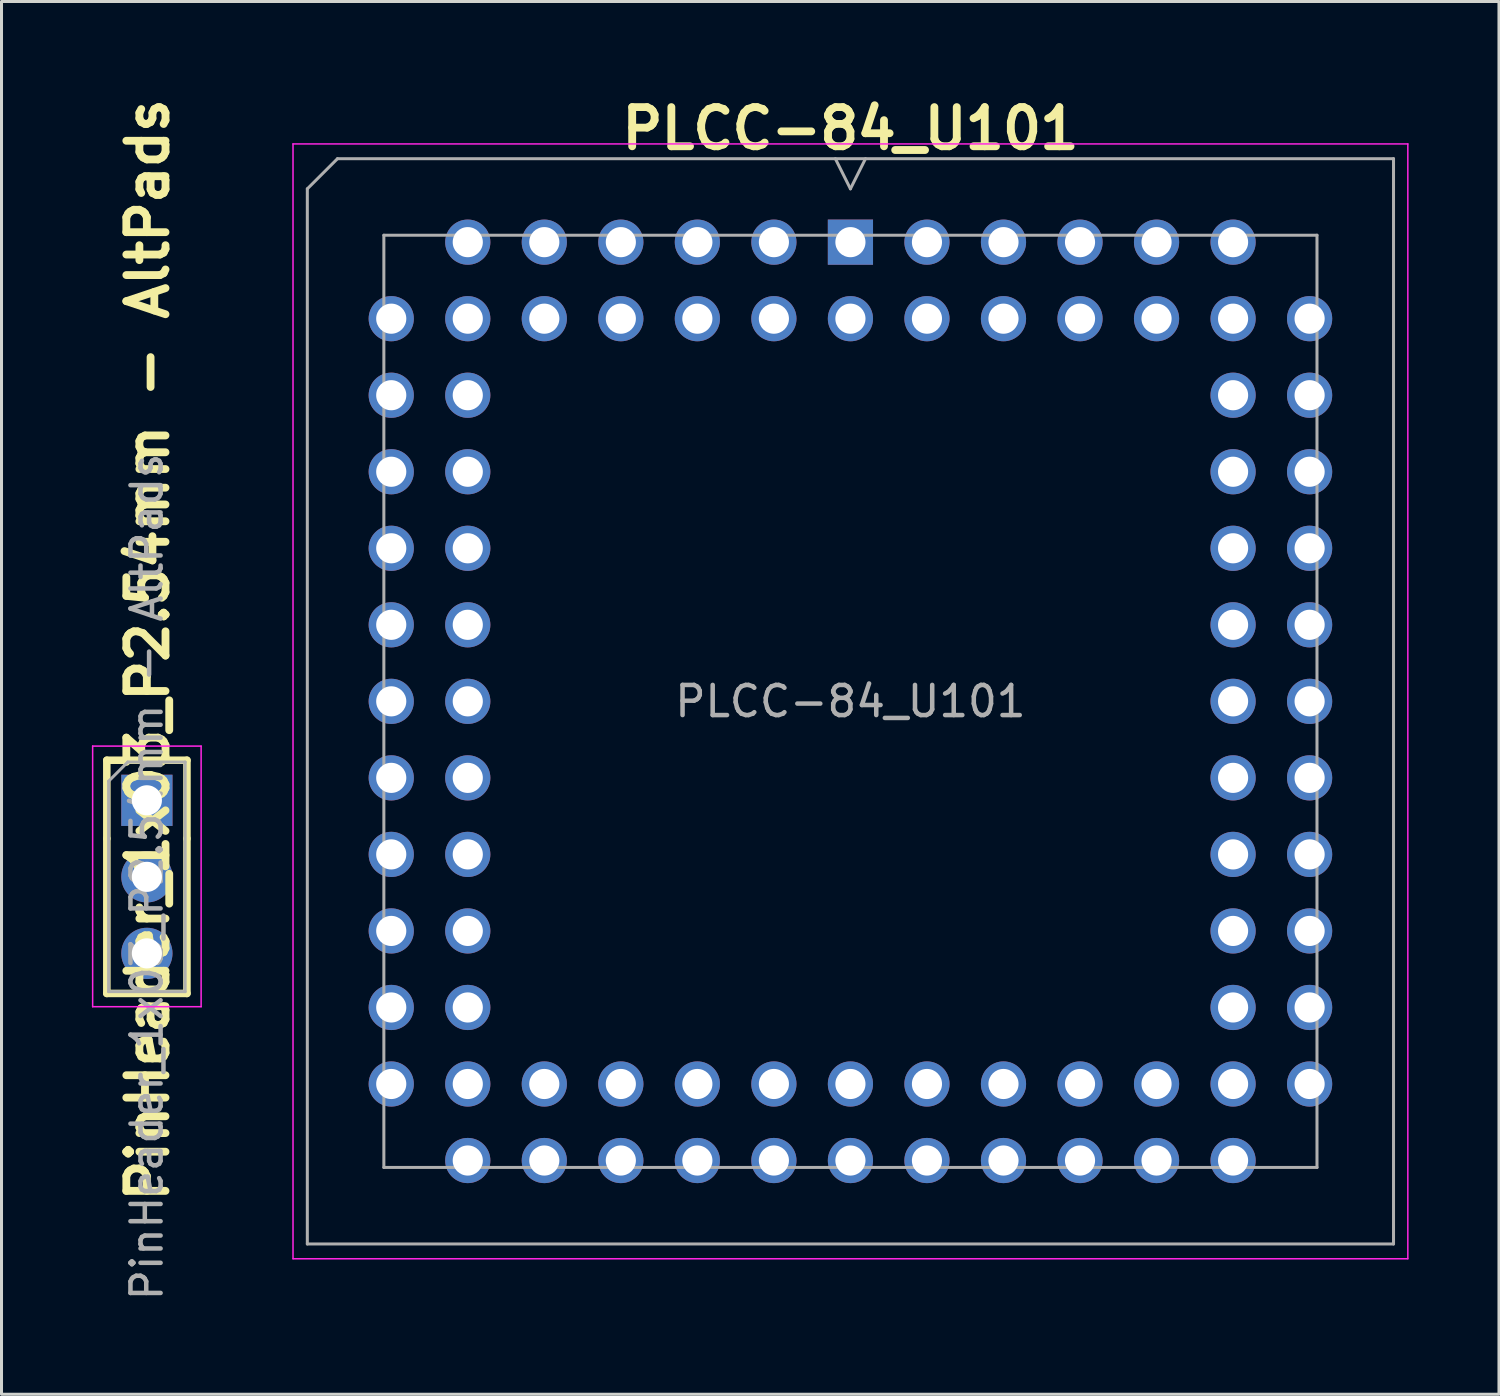
<source format=kicad_pcb>
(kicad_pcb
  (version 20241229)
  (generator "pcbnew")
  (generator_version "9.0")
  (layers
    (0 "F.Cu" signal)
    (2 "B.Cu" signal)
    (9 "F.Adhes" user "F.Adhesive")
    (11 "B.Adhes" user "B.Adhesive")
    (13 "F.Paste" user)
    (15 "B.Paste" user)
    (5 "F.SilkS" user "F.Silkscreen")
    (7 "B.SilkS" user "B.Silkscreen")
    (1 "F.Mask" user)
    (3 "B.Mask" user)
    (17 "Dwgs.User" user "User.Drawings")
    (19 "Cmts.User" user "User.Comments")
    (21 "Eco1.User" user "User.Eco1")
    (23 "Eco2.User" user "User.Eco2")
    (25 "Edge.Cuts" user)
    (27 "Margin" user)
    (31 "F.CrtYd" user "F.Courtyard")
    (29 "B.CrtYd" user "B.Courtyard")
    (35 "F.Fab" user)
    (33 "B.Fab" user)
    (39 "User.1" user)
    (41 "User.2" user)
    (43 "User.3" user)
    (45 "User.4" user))
  (footprint "PinHeader_1x03_P2.54mm - AltPads"
    (layer "F.Cu")
    (at 1.825 23.512)
    (property "Reference" "PinHeader_1x03_P2.54mm - AltPads" (at 0.03 -4.99 90) (layer "F.SilkS") (effects (font (size 1.3 1.3) (thickness 0.26) (bold yes))))
    (attr through_hole)
    (fp_line (start -1.33 -1.33) (end -1.33 1.27) (stroke (width 0.25) (type solid)) (layer "F.SilkS"))
    (fp_line (start -1.33 -1.33) (end 1.33 -1.33) (stroke (width 0.25) (type solid)) (layer "F.SilkS"))
    (fp_line (start -1.33 1.27) (end -1.33 6.41) (stroke (width 0.25) (type solid)) (layer "F.SilkS"))
    (fp_line (start -1.33 6.41) (end 1.33 6.41) (stroke (width 0.25) (type solid)) (layer "F.SilkS"))
    (fp_line (start 1.33 1.27) (end 1.33 -1.33) (stroke (width 0.25) (type solid)) (layer "F.SilkS"))
    (fp_line (start 1.33 1.27) (end 1.33 6.41) (stroke (width 0.25) (type solid)) (layer "F.SilkS"))
    (fp_line (start -1.8 -1.8) (end -1.8 6.85) (stroke (width 0.05) (type solid)) (layer "F.CrtYd"))
    (fp_line (start -1.8 6.85) (end 1.8 6.85) (stroke (width 0.05) (type solid)) (layer "F.CrtYd"))
    (fp_line (start 1.8 -1.8) (end -1.8 -1.8) (stroke (width 0.05) (type solid)) (layer "F.CrtYd"))
    (fp_line (start 1.8 6.85) (end 1.8 -1.8) (stroke (width 0.05) (type solid)) (layer "F.CrtYd"))
    (fp_line (start -1.27 -0.635) (end -0.635 -1.27) (stroke (width 0.1) (type solid)) (layer "F.Fab"))
    (fp_line (start -1.27 6.35) (end -1.27 -0.635) (stroke (width 0.1) (type solid)) (layer "F.Fab"))
    (fp_line (start -0.635 -1.27) (end 1.27 -1.27) (stroke (width 0.1) (type solid)) (layer "F.Fab"))
    (fp_line (start 1.27 -1.27) (end 1.27 6.35) (stroke (width 0.1) (type solid)) (layer "F.Fab"))
    (fp_line (start 1.27 6.35) (end -1.27 6.35) (stroke (width 0.1) (type solid)) (layer "F.Fab"))
    (fp_text user "${REFERENCE}" (at 0 2.54 90) (layer "F.Fab") (effects (font (size 1 1) (thickness 0.15))))
    (pad "1" thru_hole rect (at 0 0) (size 1.7 1.7) (drill 1) (layers "*.Cu" "*.Mask"))
    (pad "2" thru_hole oval (at 0 2.54) (size 1.7 1.7) (drill 1) (layers "*.Cu" "*.Mask"))
    (pad "3" thru_hole oval (at 0 5.08) (size 1.7 1.7) (drill 1) (layers "*.Cu" "*.Mask")))
  (footprint "PLCC-84_U101"
    (layer "F.Cu")
    (at 25.175 4.987)
    (property "Reference" "PLCC-84_U101" (at 0 -3.77 180) (layer "F.SilkS") (effects (font (size 1.3 1.3) (thickness 0.26) (bold yes))))
    (attr through_hole)
    (fp_line (start -18.5 -3.26) (end -18.5 33.74) (stroke (width 0.05) (type solid)) (layer "F.CrtYd"))
    (fp_line (start -18.5 33.74) (end 18.5 33.74) (stroke (width 0.05) (type solid)) (layer "F.CrtYd"))
    (fp_line (start 18.5 -3.26) (end -18.5 -3.26) (stroke (width 0.05) (type solid)) (layer "F.CrtYd"))
    (fp_line (start 18.5 33.74) (end 18.5 -3.26) (stroke (width 0.05) (type solid)) (layer "F.CrtYd"))
    (fp_line (start -18.025 -1.77) (end -18.025 33.25) (stroke (width 0.1) (type solid)) (layer "F.Fab"))
    (fp_line (start -18.025 33.25) (end 18.025 33.25) (stroke (width 0.1) (type solid)) (layer "F.Fab"))
    (fp_line (start -17.025 -2.77) (end -18.025 -1.77) (stroke (width 0.1) (type solid)) (layer "F.Fab"))
    (fp_line (start -15.485 -0.23) (end -15.485 30.71) (stroke (width 0.1) (type solid)) (layer "F.Fab"))
    (fp_line (start -15.485 30.71) (end 15.485 30.71) (stroke (width 0.1) (type solid)) (layer "F.Fab"))
    (fp_line (start -0.5 -2.77) (end 0 -1.77) (stroke (width 0.1) (type solid)) (layer "F.Fab"))
    (fp_line (start 0 -1.77) (end 0.5 -2.77) (stroke (width 0.1) (type solid)) (layer "F.Fab"))
    (fp_line (start 15.485 -0.23) (end -15.485 -0.23) (stroke (width 0.1) (type solid)) (layer "F.Fab"))
    (fp_line (start 15.485 30.71) (end 15.485 -0.23) (stroke (width 0.1) (type solid)) (layer "F.Fab"))
    (fp_line (start 18.025 -2.77) (end -17.025 -2.77) (stroke (width 0.1) (type solid)) (layer "F.Fab"))
    (fp_line (start 18.025 33.25) (end 18.025 -2.77) (stroke (width 0.1) (type solid)) (layer "F.Fab"))
    (fp_text user "${REFERENCE}" (at 0 15.24 180) (layer "F.Fab") (effects (font (size 1 1) (thickness 0.15))))
    (pad "1" thru_hole rect (at 0 0) (size 1.5 1.5) (drill 1) (layers "*.Cu" "*.Mask"))
    (pad "2" thru_hole circle (at 0 2.54) (size 1.5 1.5) (drill 1) (layers "*.Cu" "*.Mask"))
    (pad "3" thru_hole circle (at -2.54 0) (size 1.5 1.5) (drill 1) (layers "*.Cu" "*.Mask"))
    (pad "4" thru_hole circle (at -2.54 2.54) (size 1.5 1.5) (drill 1) (layers "*.Cu" "*.Mask"))
    (pad "5" thru_hole circle (at -5.08 0) (size 1.5 1.5) (drill 1) (layers "*.Cu" "*.Mask"))
    (pad "6" thru_hole circle (at -5.08 2.54) (size 1.5 1.5) (drill 1) (layers "*.Cu" "*.Mask"))
    (pad "7" thru_hole circle (at -7.62 0) (size 1.5 1.5) (drill 1) (layers "*.Cu" "*.Mask"))
    (pad "8" thru_hole circle (at -7.62 2.54) (size 1.5 1.5) (drill 1) (layers "*.Cu" "*.Mask"))
    (pad "9" thru_hole circle (at -10.16 0) (size 1.5 1.5) (drill 1) (layers "*.Cu" "*.Mask"))
    (pad "10" thru_hole circle (at -10.16 2.54) (size 1.5 1.5) (drill 1) (layers "*.Cu" "*.Mask"))
    (pad "11" thru_hole circle (at -12.7 0) (size 1.5 1.5) (drill 1) (layers "*.Cu" "*.Mask"))
    (pad "12" thru_hole circle (at -15.24 2.54) (size 1.5 1.5) (drill 1) (layers "*.Cu" "*.Mask"))
    (pad "13" thru_hole circle (at -12.7 2.54) (size 1.5 1.5) (drill 1) (layers "*.Cu" "*.Mask"))
    (pad "14" thru_hole circle (at -15.24 5.08) (size 1.5 1.5) (drill 1) (layers "*.Cu" "*.Mask"))
    (pad "15" thru_hole circle (at -12.7 5.08) (size 1.5 1.5) (drill 1) (layers "*.Cu" "*.Mask"))
    (pad "16" thru_hole circle (at -15.24 7.62) (size 1.5 1.5) (drill 1) (layers "*.Cu" "*.Mask"))
    (pad "17" thru_hole circle (at -12.7 7.62) (size 1.5 1.5) (drill 1) (layers "*.Cu" "*.Mask"))
    (pad "18" thru_hole circle (at -15.24 10.16) (size 1.5 1.5) (drill 1) (layers "*.Cu" "*.Mask"))
    (pad "19" thru_hole circle (at -12.7 10.16) (size 1.5 1.5) (drill 1) (layers "*.Cu" "*.Mask"))
    (pad "20" thru_hole circle (at -15.24 12.7) (size 1.5 1.5) (drill 1) (layers "*.Cu" "*.Mask"))
    (pad "21" thru_hole circle (at -12.7 12.7) (size 1.5 1.5) (drill 1) (layers "*.Cu" "*.Mask"))
    (pad "22" thru_hole circle (at -15.24 15.24) (size 1.5 1.5) (drill 1) (layers "*.Cu" "*.Mask"))
    (pad "23" thru_hole circle (at -12.7 15.24) (size 1.5 1.5) (drill 1) (layers "*.Cu" "*.Mask"))
    (pad "24" thru_hole circle (at -15.24 17.78) (size 1.5 1.5) (drill 1) (layers "*.Cu" "*.Mask"))
    (pad "25" thru_hole circle (at -12.7 17.78) (size 1.5 1.5) (drill 1) (layers "*.Cu" "*.Mask"))
    (pad "26" thru_hole circle (at -15.24 20.32) (size 1.5 1.5) (drill 1) (layers "*.Cu" "*.Mask"))
    (pad "27" thru_hole circle (at -12.7 20.32) (size 1.5 1.5) (drill 1) (layers "*.Cu" "*.Mask"))
    (pad "28" thru_hole circle (at -15.24 22.86) (size 1.5 1.5) (drill 1) (layers "*.Cu" "*.Mask"))
    (pad "29" thru_hole circle (at -12.7 22.86) (size 1.5 1.5) (drill 1) (layers "*.Cu" "*.Mask"))
    (pad "30" thru_hole circle (at -15.24 25.4) (size 1.5 1.5) (drill 1) (layers "*.Cu" "*.Mask"))
    (pad "31" thru_hole circle (at -12.7 25.4) (size 1.5 1.5) (drill 1) (layers "*.Cu" "*.Mask"))
    (pad "32" thru_hole circle (at -15.24 27.94) (size 1.5 1.5) (drill 1) (layers "*.Cu" "*.Mask"))
    (pad "33" thru_hole circle (at -12.7 30.48) (size 1.5 1.5) (drill 1) (layers "*.Cu" "*.Mask"))
    (pad "34" thru_hole circle (at -12.7 27.94) (size 1.5 1.5) (drill 1) (layers "*.Cu" "*.Mask"))
    (pad "35" thru_hole circle (at -10.16 30.48) (size 1.5 1.5) (drill 1) (layers "*.Cu" "*.Mask"))
    (pad "36" thru_hole circle (at -10.16 27.94) (size 1.5 1.5) (drill 1) (layers "*.Cu" "*.Mask"))
    (pad "37" thru_hole circle (at -7.62 30.48) (size 1.5 1.5) (drill 1) (layers "*.Cu" "*.Mask"))
    (pad "38" thru_hole circle (at -7.62 27.94) (size 1.5 1.5) (drill 1) (layers "*.Cu" "*.Mask"))
    (pad "39" thru_hole circle (at -5.08 30.48) (size 1.5 1.5) (drill 1) (layers "*.Cu" "*.Mask"))
    (pad "40" thru_hole circle (at -5.08 27.94) (size 1.5 1.5) (drill 1) (layers "*.Cu" "*.Mask"))
    (pad "41" thru_hole circle (at -2.54 30.48) (size 1.5 1.5) (drill 1) (layers "*.Cu" "*.Mask"))
    (pad "42" thru_hole circle (at -2.54 27.94) (size 1.5 1.5) (drill 1) (layers "*.Cu" "*.Mask"))
    (pad "43" thru_hole circle (at 0 30.48) (size 1.5 1.5) (drill 1) (layers "*.Cu" "*.Mask"))
    (pad "44" thru_hole circle (at 0 27.94) (size 1.5 1.5) (drill 1) (layers "*.Cu" "*.Mask"))
    (pad "45" thru_hole circle (at 2.54 30.48) (size 1.5 1.5) (drill 1) (layers "*.Cu" "*.Mask"))
    (pad "46" thru_hole circle (at 2.54 27.94) (size 1.5 1.5) (drill 1) (layers "*.Cu" "*.Mask"))
    (pad "47" thru_hole circle (at 5.08 30.48) (size 1.5 1.5) (drill 1) (layers "*.Cu" "*.Mask"))
    (pad "48" thru_hole circle (at 5.08 27.94) (size 1.5 1.5) (drill 1) (layers "*.Cu" "*.Mask"))
    (pad "49" thru_hole circle (at 7.62 30.48) (size 1.5 1.5) (drill 1) (layers "*.Cu" "*.Mask"))
    (pad "50" thru_hole circle (at 7.62 27.94) (size 1.5 1.5) (drill 1) (layers "*.Cu" "*.Mask"))
    (pad "51" thru_hole circle (at 10.16 30.48) (size 1.5 1.5) (drill 1) (layers "*.Cu" "*.Mask"))
    (pad "52" thru_hole circle (at 10.16 27.94) (size 1.5 1.5) (drill 1) (layers "*.Cu" "*.Mask"))
    (pad "53" thru_hole circle (at 12.7 30.48) (size 1.5 1.5) (drill 1) (layers "*.Cu" "*.Mask"))
    (pad "54" thru_hole circle (at 15.24 27.94) (size 1.5 1.5) (drill 1) (layers "*.Cu" "*.Mask"))
    (pad "55" thru_hole circle (at 12.7 27.94) (size 1.5 1.5) (drill 1) (layers "*.Cu" "*.Mask"))
    (pad "56" thru_hole circle (at 15.24 25.4) (size 1.5 1.5) (drill 1) (layers "*.Cu" "*.Mask"))
    (pad "57" thru_hole circle (at 12.7 25.4) (size 1.5 1.5) (drill 1) (layers "*.Cu" "*.Mask"))
    (pad "58" thru_hole circle (at 15.24 22.86) (size 1.5 1.5) (drill 1) (layers "*.Cu" "*.Mask"))
    (pad "59" thru_hole circle (at 12.7 22.86) (size 1.5 1.5) (drill 1) (layers "*.Cu" "*.Mask"))
    (pad "60" thru_hole circle (at 15.24 20.32) (size 1.5 1.5) (drill 1) (layers "*.Cu" "*.Mask"))
    (pad "61" thru_hole circle (at 12.7 20.32) (size 1.5 1.5) (drill 1) (layers "*.Cu" "*.Mask"))
    (pad "62" thru_hole circle (at 15.24 17.78) (size 1.5 1.5) (drill 1) (layers "*.Cu" "*.Mask"))
    (pad "63" thru_hole circle (at 12.7 17.78) (size 1.5 1.5) (drill 1) (layers "*.Cu" "*.Mask"))
    (pad "64" thru_hole circle (at 15.24 15.24) (size 1.5 1.5) (drill 1) (layers "*.Cu" "*.Mask"))
    (pad "65" thru_hole circle (at 12.7 15.24) (size 1.5 1.5) (drill 1) (layers "*.Cu" "*.Mask"))
    (pad "66" thru_hole circle (at 15.24 12.7) (size 1.5 1.5) (drill 1) (layers "*.Cu" "*.Mask"))
    (pad "67" thru_hole circle (at 12.7 12.7) (size 1.5 1.5) (drill 1) (layers "*.Cu" "*.Mask"))
    (pad "68" thru_hole circle (at 15.24 10.16) (size 1.5 1.5) (drill 1) (layers "*.Cu" "*.Mask"))
    (pad "69" thru_hole circle (at 12.7 10.16) (size 1.5 1.5) (drill 1) (layers "*.Cu" "*.Mask"))
    (pad "70" thru_hole circle (at 15.24 7.62) (size 1.5 1.5) (drill 1) (layers "*.Cu" "*.Mask"))
    (pad "71" thru_hole circle (at 12.7 7.62) (size 1.5 1.5) (drill 1) (layers "*.Cu" "*.Mask"))
    (pad "72" thru_hole circle (at 15.24 5.08) (size 1.5 1.5) (drill 1) (layers "*.Cu" "*.Mask"))
    (pad "73" thru_hole circle (at 12.7 5.08) (size 1.5 1.5) (drill 1) (layers "*.Cu" "*.Mask"))
    (pad "74" thru_hole circle (at 15.24 2.54) (size 1.5 1.5) (drill 1) (layers "*.Cu" "*.Mask"))
    (pad "75" thru_hole circle (at 12.7 0) (size 1.5 1.5) (drill 1) (layers "*.Cu" "*.Mask"))
    (pad "76" thru_hole circle (at 12.7 2.54) (size 1.5 1.5) (drill 1) (layers "*.Cu" "*.Mask"))
    (pad "77" thru_hole circle (at 10.16 0) (size 1.5 1.5) (drill 1) (layers "*.Cu" "*.Mask"))
    (pad "78" thru_hole circle (at 10.16 2.54) (size 1.5 1.5) (drill 1) (layers "*.Cu" "*.Mask"))
    (pad "79" thru_hole circle (at 7.62 0) (size 1.5 1.5) (drill 1) (layers "*.Cu" "*.Mask"))
    (pad "80" thru_hole circle (at 7.62 2.54) (size 1.5 1.5) (drill 1) (layers "*.Cu" "*.Mask"))
    (pad "81" thru_hole circle (at 5.08 0) (size 1.5 1.5) (drill 1) (layers "*.Cu" "*.Mask"))
    (pad "82" thru_hole circle (at 5.08 2.54) (size 1.5 1.5) (drill 1) (layers "*.Cu" "*.Mask"))
    (pad "83" thru_hole circle (at 2.54 0) (size 1.5 1.5) (drill 1) (layers "*.Cu" "*.Mask"))
    (pad "84" thru_hole circle (at 2.54 2.54) (size 1.5 1.5) (drill 1) (layers "*.Cu" "*.Mask")))
  (gr_rect
    (start -3 -3)
    (end 46.7 43.225)
    (stroke (width 0.1) (type default))
    (fill no)
    (layer "Edge.Cuts")))
</source>
